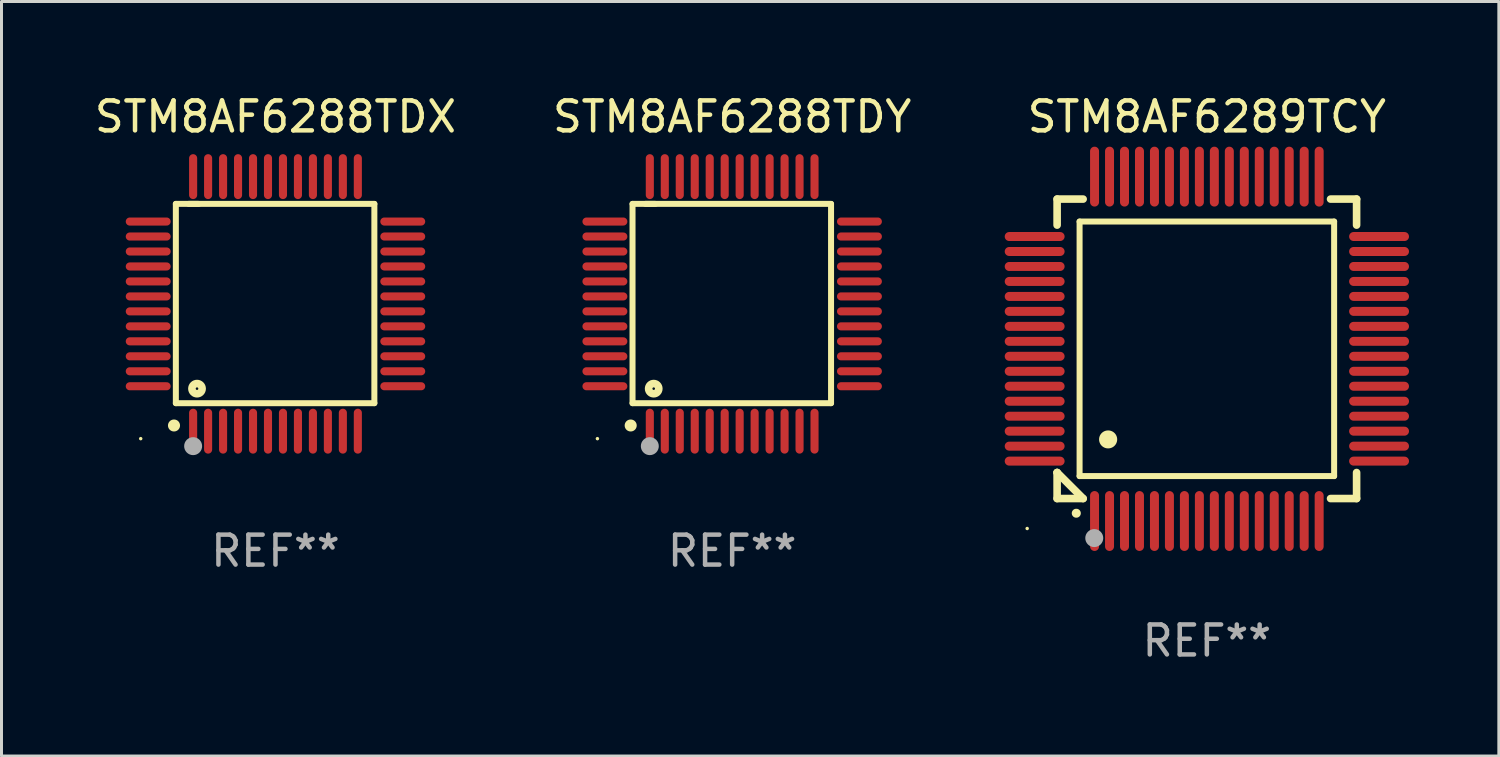
<source format=kicad_pcb>
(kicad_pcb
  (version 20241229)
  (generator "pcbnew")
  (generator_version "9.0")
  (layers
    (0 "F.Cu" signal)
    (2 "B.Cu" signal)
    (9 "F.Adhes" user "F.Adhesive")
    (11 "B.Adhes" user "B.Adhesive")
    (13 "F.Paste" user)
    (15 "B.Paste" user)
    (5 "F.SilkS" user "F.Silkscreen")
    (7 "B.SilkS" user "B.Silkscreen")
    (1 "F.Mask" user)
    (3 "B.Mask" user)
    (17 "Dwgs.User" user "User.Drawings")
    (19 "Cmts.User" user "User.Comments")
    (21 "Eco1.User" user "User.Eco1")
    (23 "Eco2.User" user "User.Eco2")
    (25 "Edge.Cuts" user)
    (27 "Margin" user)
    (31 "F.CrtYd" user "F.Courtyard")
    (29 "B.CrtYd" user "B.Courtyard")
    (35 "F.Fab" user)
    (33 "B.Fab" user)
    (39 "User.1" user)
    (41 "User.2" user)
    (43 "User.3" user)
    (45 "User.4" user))
  (footprint "STM8AF6289TCY"
    (layer "F.Cu")
    (at 37.25 8.598)
    (property "Reference" "STM8AF6289TCY" (at 0 -7.75 0) (layer "F.SilkS") (effects (font (size 1 1) (thickness 0.15))))
    (attr through_hole)
    (fp_line (start -5 -5) (end -4.131 -5) (stroke (width 0.254) (type solid)) (layer "F.SilkS"))
    (fp_line (start -5 -4.131) (end -5 -5) (stroke (width 0.254) (type solid)) (layer "F.SilkS"))
    (fp_line (start -5 4.131) (end -5 4.131) (stroke (width 0.254) (type solid)) (layer "F.SilkS"))
    (fp_line (start -5 5) (end -5 4.131) (stroke (width 0.254) (type solid)) (layer "F.SilkS"))
    (fp_line (start -5 4.131) (end -4.131 5) (stroke (width 0.254) (type solid)) (layer "F.SilkS"))
    (fp_line (start -4.25 -4.25) (end -4.25 4.25) (stroke (width 0.2) (type solid)) (layer "F.SilkS"))
    (fp_line (start -4.25 4.25) (end 4.25 4.25) (stroke (width 0.2) (type solid)) (layer "F.SilkS"))
    (fp_line (start -4.131 5) (end -5 5) (stroke (width 0.254) (type solid)) (layer "F.SilkS"))
    (fp_line (start 4.25 -4.25) (end -4.25 -4.25) (stroke (width 0.2) (type solid)) (layer "F.SilkS"))
    (fp_line (start 4.25 4.25) (end 4.25 -4.25) (stroke (width 0.2) (type solid)) (layer "F.SilkS"))
    (fp_line (start 5 -5) (end 4.131 -5) (stroke (width 0.254) (type solid)) (layer "F.SilkS"))
    (fp_line (start 5 -5) (end 5 -4.131) (stroke (width 0.254) (type solid)) (layer "F.SilkS"))
    (fp_line (start 5 4.131) (end 5 5) (stroke (width 0.254) (type solid)) (layer "F.SilkS"))
    (fp_line (start 5 5) (end 4.131 5) (stroke (width 0.254) (type solid)) (layer "F.SilkS"))
    (fp_arc (start -4.361265 5.489992) (mid -4.359995 5.489987) (end -4.358725 5.489992) (stroke (width 0.3) (type solid)) (layer "F.SilkS"))
    (fp_arc (start -3.299467 3.025146) (mid -3.296927 3.025135) (end -3.294387 3.025146) (stroke (width 0.6) (type solid)) (layer "F.SilkS"))
    (fp_circle (center -6 6) (end -5.97 6) (stroke (width 0.06) (type solid)) (fill no) (layer "F.SilkS"))
    (fp_circle (center -3.76 6.32) (end -3.61 6.32) (stroke (width 0.3) (type solid)) (fill no) (layer "F.Fab"))
    (fp_text user "REF**" (at 0 9.75 0) (layer "F.Fab") (effects (font (size 1 1) (thickness 0.15))))
    (pad "1" smd oval (at -3.75 5.75) (size 0.3 2) (layers "F.Cu" "F.Mask" "F.Paste"))
    (pad "2" smd oval (at -3.25 5.75) (size 0.3 2) (layers "F.Cu" "F.Mask" "F.Paste"))
    (pad "3" smd oval (at -2.75 5.75) (size 0.3 2) (layers "F.Cu" "F.Mask" "F.Paste"))
    (pad "4" smd oval (at -2.25 5.75) (size 0.3 2) (layers "F.Cu" "F.Mask" "F.Paste"))
    (pad "5" smd oval (at -1.75 5.75) (size 0.3 2) (layers "F.Cu" "F.Mask" "F.Paste"))
    (pad "6" smd oval (at -1.25 5.75) (size 0.3 2) (layers "F.Cu" "F.Mask" "F.Paste"))
    (pad "7" smd oval (at -0.75 5.75) (size 0.3 2) (layers "F.Cu" "F.Mask" "F.Paste"))
    (pad "8" smd oval (at -0.25 5.75) (size 0.3 2) (layers "F.Cu" "F.Mask" "F.Paste"))
    (pad "9" smd oval (at 0.25 5.75) (size 0.3 2) (layers "F.Cu" "F.Mask" "F.Paste"))
    (pad "10" smd oval (at 0.75 5.75) (size 0.3 2) (layers "F.Cu" "F.Mask" "F.Paste"))
    (pad "11" smd oval (at 1.25 5.75) (size 0.3 2) (layers "F.Cu" "F.Mask" "F.Paste"))
    (pad "12" smd oval (at 1.75 5.75) (size 0.3 2) (layers "F.Cu" "F.Mask" "F.Paste"))
    (pad "13" smd oval (at 2.25 5.75) (size 0.3 2) (layers "F.Cu" "F.Mask" "F.Paste"))
    (pad "14" smd oval (at 2.75 5.75) (size 0.3 2) (layers "F.Cu" "F.Mask" "F.Paste"))
    (pad "15" smd oval (at 3.25 5.75) (size 0.3 2) (layers "F.Cu" "F.Mask" "F.Paste"))
    (pad "16" smd oval (at 3.75 5.75) (size 0.3 2) (layers "F.Cu" "F.Mask" "F.Paste"))
    (pad "17" smd oval (at 5.75 3.75) (size 2 0.3) (layers "F.Cu" "F.Mask" "F.Paste"))
    (pad "18" smd oval (at 5.75 3.25) (size 2 0.3) (layers "F.Cu" "F.Mask" "F.Paste"))
    (pad "19" smd oval (at 5.75 2.75) (size 2 0.3) (layers "F.Cu" "F.Mask" "F.Paste"))
    (pad "20" smd oval (at 5.75 2.25) (size 2 0.3) (layers "F.Cu" "F.Mask" "F.Paste"))
    (pad "21" smd oval (at 5.75 1.75) (size 2 0.3) (layers "F.Cu" "F.Mask" "F.Paste"))
    (pad "22" smd oval (at 5.75 1.25) (size 2 0.3) (layers "F.Cu" "F.Mask" "F.Paste"))
    (pad "23" smd oval (at 5.75 0.75) (size 2 0.3) (layers "F.Cu" "F.Mask" "F.Paste"))
    (pad "24" smd oval (at 5.75 0.25) (size 2 0.3) (layers "F.Cu" "F.Mask" "F.Paste"))
    (pad "25" smd oval (at 5.75 -0.25) (size 2 0.3) (layers "F.Cu" "F.Mask" "F.Paste"))
    (pad "26" smd oval (at 5.75 -0.75) (size 2 0.3) (layers "F.Cu" "F.Mask" "F.Paste"))
    (pad "27" smd oval (at 5.75 -1.25) (size 2 0.3) (layers "F.Cu" "F.Mask" "F.Paste"))
    (pad "28" smd oval (at 5.75 -1.75) (size 2 0.3) (layers "F.Cu" "F.Mask" "F.Paste"))
    (pad "29" smd oval (at 5.75 -2.25) (size 2 0.3) (layers "F.Cu" "F.Mask" "F.Paste"))
    (pad "30" smd oval (at 5.75 -2.75) (size 2 0.3) (layers "F.Cu" "F.Mask" "F.Paste"))
    (pad "31" smd oval (at 5.75 -3.25) (size 2 0.3) (layers "F.Cu" "F.Mask" "F.Paste"))
    (pad "32" smd oval (at 5.75 -3.75) (size 2 0.3) (layers "F.Cu" "F.Mask" "F.Paste"))
    (pad "33" smd oval (at 3.75 -5.75) (size 0.3 2) (layers "F.Cu" "F.Mask" "F.Paste"))
    (pad "34" smd oval (at 3.25 -5.75) (size 0.3 2) (layers "F.Cu" "F.Mask" "F.Paste"))
    (pad "35" smd oval (at 2.75 -5.75) (size 0.3 2) (layers "F.Cu" "F.Mask" "F.Paste"))
    (pad "36" smd oval (at 2.25 -5.75) (size 0.3 2) (layers "F.Cu" "F.Mask" "F.Paste"))
    (pad "37" smd oval (at 1.75 -5.75) (size 0.3 2) (layers "F.Cu" "F.Mask" "F.Paste"))
    (pad "38" smd oval (at 1.25 -5.75) (size 0.3 2) (layers "F.Cu" "F.Mask" "F.Paste"))
    (pad "39" smd oval (at 0.75 -5.75) (size 0.3 2) (layers "F.Cu" "F.Mask" "F.Paste"))
    (pad "40" smd oval (at 0.25 -5.75) (size 0.3 2) (layers "F.Cu" "F.Mask" "F.Paste"))
    (pad "41" smd oval (at -0.25 -5.75) (size 0.3 2) (layers "F.Cu" "F.Mask" "F.Paste"))
    (pad "42" smd oval (at -0.75 -5.75) (size 0.3 2) (layers "F.Cu" "F.Mask" "F.Paste"))
    (pad "43" smd oval (at -1.25 -5.75) (size 0.3 2) (layers "F.Cu" "F.Mask" "F.Paste"))
    (pad "44" smd oval (at -1.75 -5.75) (size 0.3 2) (layers "F.Cu" "F.Mask" "F.Paste"))
    (pad "45" smd oval (at -2.25 -5.75) (size 0.3 2) (layers "F.Cu" "F.Mask" "F.Paste"))
    (pad "46" smd oval (at -2.75 -5.75) (size 0.3 2) (layers "F.Cu" "F.Mask" "F.Paste"))
    (pad "47" smd oval (at -3.25 -5.75) (size 0.3 2) (layers "F.Cu" "F.Mask" "F.Paste"))
    (pad "48" smd oval (at -3.75 -5.75) (size 0.3 2) (layers "F.Cu" "F.Mask" "F.Paste"))
    (pad "49" smd oval (at -5.75 -3.75) (size 2 0.3) (layers "F.Cu" "F.Mask" "F.Paste"))
    (pad "50" smd oval (at -5.75 -3.25) (size 2 0.3) (layers "F.Cu" "F.Mask" "F.Paste"))
    (pad "51" smd oval (at -5.75 -2.75) (size 2 0.3) (layers "F.Cu" "F.Mask" "F.Paste"))
    (pad "52" smd oval (at -5.75 -2.25) (size 2 0.3) (layers "F.Cu" "F.Mask" "F.Paste"))
    (pad "53" smd oval (at -5.75 -1.75) (size 2 0.3) (layers "F.Cu" "F.Mask" "F.Paste"))
    (pad "54" smd oval (at -5.75 -1.25) (size 2 0.3) (layers "F.Cu" "F.Mask" "F.Paste"))
    (pad "55" smd oval (at -5.75 -0.75) (size 2 0.3) (layers "F.Cu" "F.Mask" "F.Paste"))
    (pad "56" smd oval (at -5.75 -0.25) (size 2 0.3) (layers "F.Cu" "F.Mask" "F.Paste"))
    (pad "57" smd oval (at -5.75 0.25) (size 2 0.3) (layers "F.Cu" "F.Mask" "F.Paste"))
    (pad "58" smd oval (at -5.75 0.75) (size 2 0.3) (layers "F.Cu" "F.Mask" "F.Paste"))
    (pad "59" smd oval (at -5.75 1.25) (size 2 0.3) (layers "F.Cu" "F.Mask" "F.Paste"))
    (pad "60" smd oval (at -5.75 1.75) (size 2 0.3) (layers "F.Cu" "F.Mask" "F.Paste"))
    (pad "61" smd oval (at -5.75 2.25) (size 2 0.3) (layers "F.Cu" "F.Mask" "F.Paste"))
    (pad "62" smd oval (at -5.75 2.75) (size 2 0.3) (layers "F.Cu" "F.Mask" "F.Paste"))
    (pad "63" smd oval (at -5.75 3.25) (size 2 0.3) (layers "F.Cu" "F.Mask" "F.Paste"))
    (pad "64" smd oval (at -5.75 3.75) (size 2 0.3) (layers "F.Cu" "F.Mask" "F.Paste")))
  (footprint "STM8AF6288TDY"
    (layer "F.Cu")
    (at 21.399 7.098)
    (property "Reference" "STM8AF6288TDY" (at 0 -6.25 0) (layer "F.SilkS") (effects (font (size 1 1) (thickness 0.15))))
    (attr through_hole)
    (fp_line (start -3.327 -3.34) (end -2.565 -3.34) (stroke (width 0.2) (type solid)) (layer "F.SilkS"))
    (fp_line (start -3.327 3.315) (end -3.327 -3.34) (stroke (width 0.2) (type solid)) (layer "F.SilkS"))
    (fp_line (start -2.896 -3.34) (end 3.302 -3.34) (stroke (width 0.2) (type solid)) (layer "F.SilkS"))
    (fp_line (start 3.302 -3.34) (end 3.302 3.315) (stroke (width 0.2) (type solid)) (layer "F.SilkS"))
    (fp_line (start 3.302 3.315) (end -3.327 3.315) (stroke (width 0.2) (type solid)) (layer "F.SilkS"))
    (fp_arc (start -3.389992 4.059995) (mid -3.388722 4.059991) (end -3.387452 4.059995) (stroke (width 0.4) (type solid)) (layer "F.SilkS"))
    (fp_circle (center -4.5 4.5) (end -4.47 4.5) (stroke (width 0.06) (type solid)) (fill no) (layer "F.SilkS"))
    (fp_circle (center -2.62 2.83) (end -2.45 2.83) (stroke (width 0.254) (type solid)) (fill no) (layer "F.SilkS"))
    (fp_circle (center -2.75 4.75) (end -2.6 4.75) (stroke (width 0.3) (type solid)) (fill no) (layer "F.Fab"))
    (fp_text user "REF**" (at 0 8.25 0) (layer "F.Fab") (effects (font (size 1 1) (thickness 0.15))))
    (pad "1" smd oval (at -2.75 4.25) (size 0.27 1.5) (layers "F.Cu" "F.Mask" "F.Paste"))
    (pad "2" smd oval (at -2.25 4.25) (size 0.27 1.5) (layers "F.Cu" "F.Mask" "F.Paste"))
    (pad "3" smd oval (at -1.75 4.25) (size 0.27 1.5) (layers "F.Cu" "F.Mask" "F.Paste"))
    (pad "4" smd oval (at -1.25 4.25) (size 0.27 1.5) (layers "F.Cu" "F.Mask" "F.Paste"))
    (pad "5" smd oval (at -0.75 4.25) (size 0.27 1.5) (layers "F.Cu" "F.Mask" "F.Paste"))
    (pad "6" smd oval (at -0.25 4.25) (size 0.27 1.5) (layers "F.Cu" "F.Mask" "F.Paste"))
    (pad "7" smd oval (at 0.25 4.25) (size 0.27 1.5) (layers "F.Cu" "F.Mask" "F.Paste"))
    (pad "8" smd oval (at 0.75 4.25) (size 0.27 1.5) (layers "F.Cu" "F.Mask" "F.Paste"))
    (pad "9" smd oval (at 1.25 4.25) (size 0.27 1.5) (layers "F.Cu" "F.Mask" "F.Paste"))
    (pad "10" smd oval (at 1.75 4.25) (size 0.27 1.5) (layers "F.Cu" "F.Mask" "F.Paste"))
    (pad "11" smd oval (at 2.25 4.25) (size 0.27 1.5) (layers "F.Cu" "F.Mask" "F.Paste"))
    (pad "12" smd oval (at 2.75 4.25) (size 0.27 1.5) (layers "F.Cu" "F.Mask" "F.Paste"))
    (pad "13" smd oval (at 4.25 2.75) (size 1.5 0.27) (layers "F.Cu" "F.Mask" "F.Paste"))
    (pad "14" smd oval (at 4.25 2.25) (size 1.5 0.27) (layers "F.Cu" "F.Mask" "F.Paste"))
    (pad "15" smd oval (at 4.25 1.75) (size 1.5 0.27) (layers "F.Cu" "F.Mask" "F.Paste"))
    (pad "16" smd oval (at 4.25 1.25) (size 1.5 0.27) (layers "F.Cu" "F.Mask" "F.Paste"))
    (pad "17" smd oval (at 4.25 0.75) (size 1.5 0.27) (layers "F.Cu" "F.Mask" "F.Paste"))
    (pad "18" smd oval (at 4.25 0.25) (size 1.5 0.27) (layers "F.Cu" "F.Mask" "F.Paste"))
    (pad "19" smd oval (at 4.25 -0.25) (size 1.5 0.27) (layers "F.Cu" "F.Mask" "F.Paste"))
    (pad "20" smd oval (at 4.25 -0.75) (size 1.5 0.27) (layers "F.Cu" "F.Mask" "F.Paste"))
    (pad "21" smd oval (at 4.25 -1.25) (size 1.5 0.27) (layers "F.Cu" "F.Mask" "F.Paste"))
    (pad "22" smd oval (at 4.25 -1.75) (size 1.5 0.27) (layers "F.Cu" "F.Mask" "F.Paste"))
    (pad "23" smd oval (at 4.25 -2.25) (size 1.5 0.27) (layers "F.Cu" "F.Mask" "F.Paste"))
    (pad "24" smd oval (at 4.25 -2.75) (size 1.5 0.27) (layers "F.Cu" "F.Mask" "F.Paste"))
    (pad "25" smd oval (at 2.75 -4.25) (size 0.27 1.5) (layers "F.Cu" "F.Mask" "F.Paste"))
    (pad "26" smd oval (at 2.25 -4.25) (size 0.27 1.5) (layers "F.Cu" "F.Mask" "F.Paste"))
    (pad "27" smd oval (at 1.75 -4.25) (size 0.27 1.5) (layers "F.Cu" "F.Mask" "F.Paste"))
    (pad "28" smd oval (at 1.25 -4.25) (size 0.27 1.5) (layers "F.Cu" "F.Mask" "F.Paste"))
    (pad "29" smd oval (at 0.75 -4.25) (size 0.27 1.5) (layers "F.Cu" "F.Mask" "F.Paste"))
    (pad "30" smd oval (at 0.25 -4.25) (size 0.27 1.5) (layers "F.Cu" "F.Mask" "F.Paste"))
    (pad "31" smd oval (at -0.25 -4.25) (size 0.27 1.5) (layers "F.Cu" "F.Mask" "F.Paste"))
    (pad "32" smd oval (at -0.75 -4.25) (size 0.27 1.5) (layers "F.Cu" "F.Mask" "F.Paste"))
    (pad "33" smd oval (at -1.25 -4.25) (size 0.27 1.5) (layers "F.Cu" "F.Mask" "F.Paste"))
    (pad "34" smd oval (at -1.75 -4.25) (size 0.27 1.5) (layers "F.Cu" "F.Mask" "F.Paste"))
    (pad "35" smd oval (at -2.25 -4.25) (size 0.27 1.5) (layers "F.Cu" "F.Mask" "F.Paste"))
    (pad "36" smd oval (at -2.75 -4.25) (size 0.27 1.5) (layers "F.Cu" "F.Mask" "F.Paste"))
    (pad "37" smd oval (at -4.25 -2.75) (size 1.5 0.27) (layers "F.Cu" "F.Mask" "F.Paste"))
    (pad "38" smd oval (at -4.25 -2.25) (size 1.5 0.27) (layers "F.Cu" "F.Mask" "F.Paste"))
    (pad "39" smd oval (at -4.25 -1.75) (size 1.5 0.27) (layers "F.Cu" "F.Mask" "F.Paste"))
    (pad "40" smd oval (at -4.25 -1.25) (size 1.5 0.27) (layers "F.Cu" "F.Mask" "F.Paste"))
    (pad "41" smd oval (at -4.25 -0.75) (size 1.5 0.27) (layers "F.Cu" "F.Mask" "F.Paste"))
    (pad "42" smd oval (at -4.25 -0.25) (size 1.5 0.27) (layers "F.Cu" "F.Mask" "F.Paste"))
    (pad "43" smd oval (at -4.25 0.25) (size 1.5 0.27) (layers "F.Cu" "F.Mask" "F.Paste"))
    (pad "44" smd oval (at -4.25 0.75) (size 1.5 0.27) (layers "F.Cu" "F.Mask" "F.Paste"))
    (pad "45" smd oval (at -4.25 1.25) (size 1.5 0.27) (layers "F.Cu" "F.Mask" "F.Paste"))
    (pad "46" smd oval (at -4.25 1.75) (size 1.5 0.27) (layers "F.Cu" "F.Mask" "F.Paste"))
    (pad "47" smd oval (at -4.25 2.25) (size 1.5 0.27) (layers "F.Cu" "F.Mask" "F.Paste"))
    (pad "48" smd oval (at -4.25 2.75) (size 1.5 0.27) (layers "F.Cu" "F.Mask" "F.Paste")))
  (footprint "STM8AF6288TDX"
    (layer "F.Cu")
    (at 6.149 7.098)
    (property "Reference" "STM8AF6288TDX" (at 0 -6.25 0) (layer "F.SilkS") (effects (font (size 1 1) (thickness 0.15))))
    (attr through_hole)
    (fp_line (start -3.327 -3.34) (end -2.565 -3.34) (stroke (width 0.2) (type solid)) (layer "F.SilkS"))
    (fp_line (start -3.327 3.315) (end -3.327 -3.34) (stroke (width 0.2) (type solid)) (layer "F.SilkS"))
    (fp_line (start -2.896 -3.34) (end 3.302 -3.34) (stroke (width 0.2) (type solid)) (layer "F.SilkS"))
    (fp_line (start 3.302 -3.34) (end 3.302 3.315) (stroke (width 0.2) (type solid)) (layer "F.SilkS"))
    (fp_line (start 3.302 3.315) (end -3.327 3.315) (stroke (width 0.2) (type solid)) (layer "F.SilkS"))
    (fp_arc (start -3.389992 4.059995) (mid -3.388722 4.059991) (end -3.387452 4.059995) (stroke (width 0.4) (type solid)) (layer "F.SilkS"))
    (fp_circle (center -4.5 4.5) (end -4.47 4.5) (stroke (width 0.06) (type solid)) (fill no) (layer "F.SilkS"))
    (fp_circle (center -2.62 2.83) (end -2.45 2.83) (stroke (width 0.254) (type solid)) (fill no) (layer "F.SilkS"))
    (fp_circle (center -2.75 4.75) (end -2.6 4.75) (stroke (width 0.3) (type solid)) (fill no) (layer "F.Fab"))
    (fp_text user "REF**" (at 0 8.25 0) (layer "F.Fab") (effects (font (size 1 1) (thickness 0.15))))
    (pad "1" smd oval (at -2.75 4.25) (size 0.27 1.5) (layers "F.Cu" "F.Mask" "F.Paste"))
    (pad "2" smd oval (at -2.25 4.25) (size 0.27 1.5) (layers "F.Cu" "F.Mask" "F.Paste"))
    (pad "3" smd oval (at -1.75 4.25) (size 0.27 1.5) (layers "F.Cu" "F.Mask" "F.Paste"))
    (pad "4" smd oval (at -1.25 4.25) (size 0.27 1.5) (layers "F.Cu" "F.Mask" "F.Paste"))
    (pad "5" smd oval (at -0.75 4.25) (size 0.27 1.5) (layers "F.Cu" "F.Mask" "F.Paste"))
    (pad "6" smd oval (at -0.25 4.25) (size 0.27 1.5) (layers "F.Cu" "F.Mask" "F.Paste"))
    (pad "7" smd oval (at 0.25 4.25) (size 0.27 1.5) (layers "F.Cu" "F.Mask" "F.Paste"))
    (pad "8" smd oval (at 0.75 4.25) (size 0.27 1.5) (layers "F.Cu" "F.Mask" "F.Paste"))
    (pad "9" smd oval (at 1.25 4.25) (size 0.27 1.5) (layers "F.Cu" "F.Mask" "F.Paste"))
    (pad "10" smd oval (at 1.75 4.25) (size 0.27 1.5) (layers "F.Cu" "F.Mask" "F.Paste"))
    (pad "11" smd oval (at 2.25 4.25) (size 0.27 1.5) (layers "F.Cu" "F.Mask" "F.Paste"))
    (pad "12" smd oval (at 2.75 4.25) (size 0.27 1.5) (layers "F.Cu" "F.Mask" "F.Paste"))
    (pad "13" smd oval (at 4.25 2.75) (size 1.5 0.27) (layers "F.Cu" "F.Mask" "F.Paste"))
    (pad "14" smd oval (at 4.25 2.25) (size 1.5 0.27) (layers "F.Cu" "F.Mask" "F.Paste"))
    (pad "15" smd oval (at 4.25 1.75) (size 1.5 0.27) (layers "F.Cu" "F.Mask" "F.Paste"))
    (pad "16" smd oval (at 4.25 1.25) (size 1.5 0.27) (layers "F.Cu" "F.Mask" "F.Paste"))
    (pad "17" smd oval (at 4.25 0.75) (size 1.5 0.27) (layers "F.Cu" "F.Mask" "F.Paste"))
    (pad "18" smd oval (at 4.25 0.25) (size 1.5 0.27) (layers "F.Cu" "F.Mask" "F.Paste"))
    (pad "19" smd oval (at 4.25 -0.25) (size 1.5 0.27) (layers "F.Cu" "F.Mask" "F.Paste"))
    (pad "20" smd oval (at 4.25 -0.75) (size 1.5 0.27) (layers "F.Cu" "F.Mask" "F.Paste"))
    (pad "21" smd oval (at 4.25 -1.25) (size 1.5 0.27) (layers "F.Cu" "F.Mask" "F.Paste"))
    (pad "22" smd oval (at 4.25 -1.75) (size 1.5 0.27) (layers "F.Cu" "F.Mask" "F.Paste"))
    (pad "23" smd oval (at 4.25 -2.25) (size 1.5 0.27) (layers "F.Cu" "F.Mask" "F.Paste"))
    (pad "24" smd oval (at 4.25 -2.75) (size 1.5 0.27) (layers "F.Cu" "F.Mask" "F.Paste"))
    (pad "25" smd oval (at 2.75 -4.25) (size 0.27 1.5) (layers "F.Cu" "F.Mask" "F.Paste"))
    (pad "26" smd oval (at 2.25 -4.25) (size 0.27 1.5) (layers "F.Cu" "F.Mask" "F.Paste"))
    (pad "27" smd oval (at 1.75 -4.25) (size 0.27 1.5) (layers "F.Cu" "F.Mask" "F.Paste"))
    (pad "28" smd oval (at 1.25 -4.25) (size 0.27 1.5) (layers "F.Cu" "F.Mask" "F.Paste"))
    (pad "29" smd oval (at 0.75 -4.25) (size 0.27 1.5) (layers "F.Cu" "F.Mask" "F.Paste"))
    (pad "30" smd oval (at 0.25 -4.25) (size 0.27 1.5) (layers "F.Cu" "F.Mask" "F.Paste"))
    (pad "31" smd oval (at -0.25 -4.25) (size 0.27 1.5) (layers "F.Cu" "F.Mask" "F.Paste"))
    (pad "32" smd oval (at -0.75 -4.25) (size 0.27 1.5) (layers "F.Cu" "F.Mask" "F.Paste"))
    (pad "33" smd oval (at -1.25 -4.25) (size 0.27 1.5) (layers "F.Cu" "F.Mask" "F.Paste"))
    (pad "34" smd oval (at -1.75 -4.25) (size 0.27 1.5) (layers "F.Cu" "F.Mask" "F.Paste"))
    (pad "35" smd oval (at -2.25 -4.25) (size 0.27 1.5) (layers "F.Cu" "F.Mask" "F.Paste"))
    (pad "36" smd oval (at -2.75 -4.25) (size 0.27 1.5) (layers "F.Cu" "F.Mask" "F.Paste"))
    (pad "37" smd oval (at -4.25 -2.75) (size 1.5 0.27) (layers "F.Cu" "F.Mask" "F.Paste"))
    (pad "38" smd oval (at -4.25 -2.25) (size 1.5 0.27) (layers "F.Cu" "F.Mask" "F.Paste"))
    (pad "39" smd oval (at -4.25 -1.75) (size 1.5 0.27) (layers "F.Cu" "F.Mask" "F.Paste"))
    (pad "40" smd oval (at -4.25 -1.25) (size 1.5 0.27) (layers "F.Cu" "F.Mask" "F.Paste"))
    (pad "41" smd oval (at -4.25 -0.75) (size 1.5 0.27) (layers "F.Cu" "F.Mask" "F.Paste"))
    (pad "42" smd oval (at -4.25 -0.25) (size 1.5 0.27) (layers "F.Cu" "F.Mask" "F.Paste"))
    (pad "43" smd oval (at -4.25 0.25) (size 1.5 0.27) (layers "F.Cu" "F.Mask" "F.Paste"))
    (pad "44" smd oval (at -4.25 0.75) (size 1.5 0.27) (layers "F.Cu" "F.Mask" "F.Paste"))
    (pad "45" smd oval (at -4.25 1.25) (size 1.5 0.27) (layers "F.Cu" "F.Mask" "F.Paste"))
    (pad "46" smd oval (at -4.25 1.75) (size 1.5 0.27) (layers "F.Cu" "F.Mask" "F.Paste"))
    (pad "47" smd oval (at -4.25 2.25) (size 1.5 0.27) (layers "F.Cu" "F.Mask" "F.Paste"))
    (pad "48" smd oval (at -4.25 2.75) (size 1.5 0.27) (layers "F.Cu" "F.Mask" "F.Paste")))
  (gr_rect
    (start -3 -3)
    (end 47 22.196)
    (stroke (width 0.1) (type default))
    (fill no)
    (layer "Edge.Cuts")))
</source>
